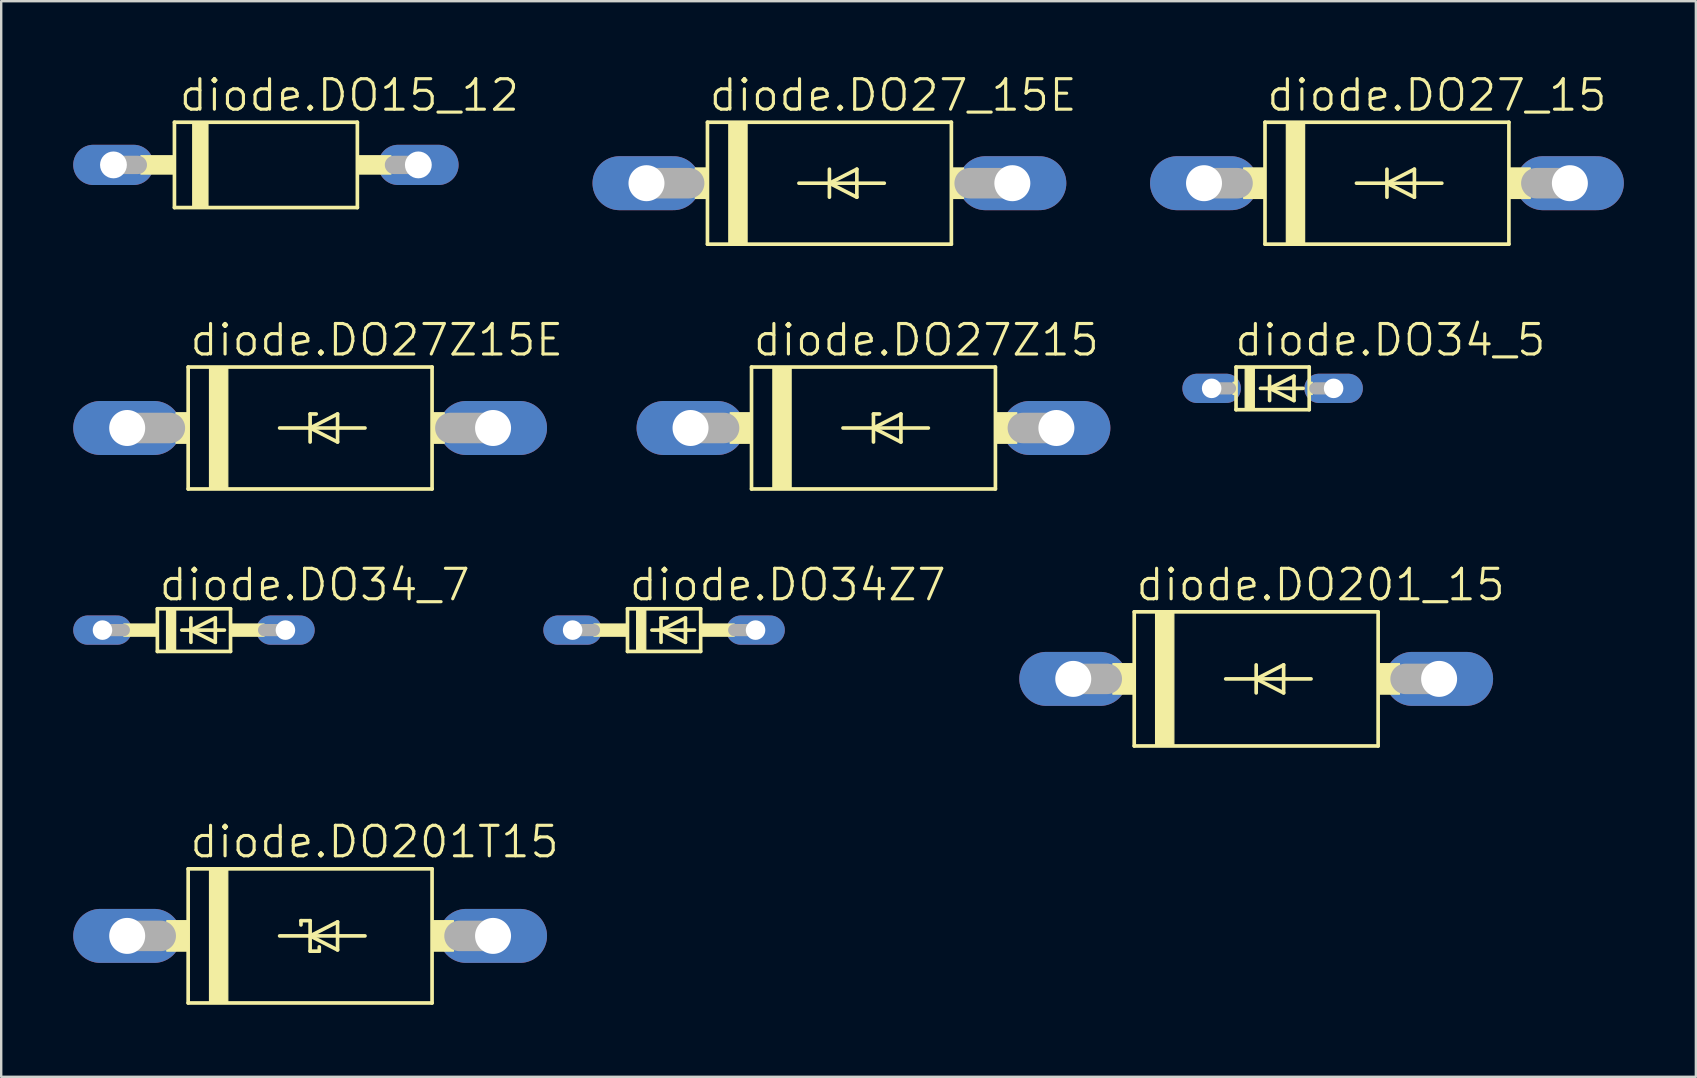
<source format=kicad_pcb>
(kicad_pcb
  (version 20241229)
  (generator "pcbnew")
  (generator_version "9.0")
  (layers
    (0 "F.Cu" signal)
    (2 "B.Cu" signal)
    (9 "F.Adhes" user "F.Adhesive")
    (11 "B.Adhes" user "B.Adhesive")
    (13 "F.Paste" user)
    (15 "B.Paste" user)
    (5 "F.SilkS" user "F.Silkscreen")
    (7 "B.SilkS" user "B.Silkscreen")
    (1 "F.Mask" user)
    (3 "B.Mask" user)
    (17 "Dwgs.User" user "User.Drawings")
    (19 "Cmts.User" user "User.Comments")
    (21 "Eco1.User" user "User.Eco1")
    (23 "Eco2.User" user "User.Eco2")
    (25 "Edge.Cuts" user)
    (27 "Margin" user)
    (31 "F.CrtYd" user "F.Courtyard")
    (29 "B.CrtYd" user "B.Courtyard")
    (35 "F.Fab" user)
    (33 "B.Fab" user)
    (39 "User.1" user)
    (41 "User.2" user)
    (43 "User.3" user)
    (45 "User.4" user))
  (footprint "diode.DO34_7"
    (layer "F.Cu")
    (at 5.029 23.197)
    (property "Reference" "diode.DO34_7" (at -1.524 -1.143 0) (layer "F.SilkS") (effects (font (size 1.27 1.27) (thickness 0.13)) (justify left bottom)))
    (attr through_hole)
    (fp_line (start -1.524 -0.889) (end -1.524 0.889) (stroke (width 0.152) (type default)) (layer "F.SilkS"))
    (fp_line (start -1.524 0.889) (end 1.524 0.889) (stroke (width 0.152) (type default)) (layer "F.SilkS"))
    (fp_line (start -0.508 0) (end -0.127 0) (stroke (width 0.152) (type default)) (layer "F.SilkS"))
    (fp_line (start -0.127 -0.508) (end -0.127 0) (stroke (width 0.152) (type default)) (layer "F.SilkS"))
    (fp_line (start -0.127 0) (end -0.127 0.508) (stroke (width 0.152) (type default)) (layer "F.SilkS"))
    (fp_line (start -0.127 0) (end 0.889 -0.508) (stroke (width 0.152) (type default)) (layer "F.SilkS"))
    (fp_line (start -0.127 0) (end 1.27 0) (stroke (width 0.152) (type default)) (layer "F.SilkS"))
    (fp_line (start 0.889 -0.508) (end 0.889 0.508) (stroke (width 0.152) (type default)) (layer "F.SilkS"))
    (fp_line (start 0.889 0.508) (end -0.127 0) (stroke (width 0.152) (type default)) (layer "F.SilkS"))
    (fp_line (start 1.524 -0.889) (end -1.524 -0.889) (stroke (width 0.152) (type default)) (layer "F.SilkS"))
    (fp_line (start 1.524 0.889) (end 1.524 -0.889) (stroke (width 0.152) (type default)) (layer "F.SilkS"))
    (fp_rect (start -2.921 0.254) (end -1.524 -0.254) (stroke (width 0.05) (type default)) (fill yes) (layer "F.SilkS"))
    (fp_rect (start -1.143 0.889) (end -0.762 -0.889) (stroke (width 0.05) (type default)) (fill yes) (layer "F.SilkS"))
    (fp_rect (start 1.524 0.254) (end 2.921 -0.254) (stroke (width 0.05) (type default)) (fill yes) (layer "F.SilkS"))
    (fp_line (start -3.81 0) (end -2.921 0) (stroke (width 0.508) (type default)) (layer "F.Fab"))
    (fp_line (start 3.81 0) (end 2.921 0) (stroke (width 0.508) (type default)) (layer "F.Fab"))
    (pad "A" thru_hole oval (at 3.81 0) (size 2.438 1.219) (drill 0.813) (layers "*.Cu" "*.Mask"))
    (pad "C" thru_hole oval (at -3.81 0) (size 2.438 1.219) (drill 0.813) (layers "*.Cu" "*.Mask")))
  (footprint "diode.DO34_5"
    (layer "F.Cu")
    (at 49.961 13.127)
    (property "Reference" "diode.DO34_5" (at -1.651 -1.27 0) (layer "F.SilkS") (effects (font (size 1.27 1.27) (thickness 0.13)) (justify left bottom)))
    (attr through_hole)
    (fp_line (start -1.524 -0.889) (end -1.524 0.889) (stroke (width 0.152) (type default)) (layer "F.SilkS"))
    (fp_line (start -1.524 0.889) (end 1.524 0.889) (stroke (width 0.152) (type default)) (layer "F.SilkS"))
    (fp_line (start -0.508 0) (end -0.127 0) (stroke (width 0.152) (type default)) (layer "F.SilkS"))
    (fp_line (start -0.127 -0.508) (end -0.127 0) (stroke (width 0.152) (type default)) (layer "F.SilkS"))
    (fp_line (start -0.127 0) (end -0.127 0.508) (stroke (width 0.152) (type default)) (layer "F.SilkS"))
    (fp_line (start -0.127 0) (end 0.889 -0.508) (stroke (width 0.152) (type default)) (layer "F.SilkS"))
    (fp_line (start -0.127 0) (end 1.27 0) (stroke (width 0.152) (type default)) (layer "F.SilkS"))
    (fp_line (start 0.889 -0.508) (end 0.889 0.508) (stroke (width 0.152) (type default)) (layer "F.SilkS"))
    (fp_line (start 0.889 0.508) (end -0.127 0) (stroke (width 0.152) (type default)) (layer "F.SilkS"))
    (fp_line (start 1.524 -0.889) (end -1.524 -0.889) (stroke (width 0.152) (type default)) (layer "F.SilkS"))
    (fp_line (start 1.524 0.889) (end 1.524 -0.889) (stroke (width 0.152) (type default)) (layer "F.SilkS"))
    (fp_rect (start -1.651 0.254) (end -1.524 -0.254) (stroke (width 0.05) (type default)) (fill yes) (layer "F.SilkS"))
    (fp_rect (start -1.143 0.889) (end -0.762 -0.889) (stroke (width 0.05) (type default)) (fill yes) (layer "F.SilkS"))
    (fp_rect (start 1.524 0.254) (end 1.651 -0.254) (stroke (width 0.05) (type default)) (fill yes) (layer "F.SilkS"))
    (fp_line (start -2.54 0) (end -1.778 0) (stroke (width 0.508) (type default)) (layer "F.Fab"))
    (fp_line (start 2.54 0) (end 1.778 0) (stroke (width 0.508) (type default)) (layer "F.Fab"))
    (pad "A" thru_hole oval (at 2.54 0) (size 2.438 1.219) (drill 0.813) (layers "*.Cu" "*.Mask"))
    (pad "C" thru_hole oval (at -2.54 0) (size 2.438 1.219) (drill 0.813) (layers "*.Cu" "*.Mask")))
  (footprint "diode.DO201_15"
    (layer "F.Cu")
    (at 49.276 25.229)
    (property "Reference" "diode.DO201_15" (at -5.08 -3.175 0) (layer "F.SilkS") (effects (font (size 1.27 1.27) (thickness 0.13)) (justify left bottom)))
    (attr through_hole)
    (fp_line (start -5.08 -2.794) (end 5.08 -2.794) (stroke (width 0.152) (type default)) (layer "F.SilkS"))
    (fp_line (start -5.08 2.794) (end -5.08 -2.794) (stroke (width 0.152) (type default)) (layer "F.SilkS"))
    (fp_line (start -1.27 0) (end 0 0) (stroke (width 0.152) (type default)) (layer "F.SilkS"))
    (fp_line (start 0 -0.584) (end 0 0) (stroke (width 0.152) (type default)) (layer "F.SilkS"))
    (fp_line (start 0 0) (end 0 0.584) (stroke (width 0.152) (type default)) (layer "F.SilkS"))
    (fp_line (start 0 0) (end 1.143 -0.584) (stroke (width 0.152) (type default)) (layer "F.SilkS"))
    (fp_line (start 0 0) (end 2.286 0) (stroke (width 0.152) (type default)) (layer "F.SilkS"))
    (fp_line (start 1.143 -0.584) (end 1.143 0.584) (stroke (width 0.152) (type default)) (layer "F.SilkS"))
    (fp_line (start 1.143 0.584) (end 0 0) (stroke (width 0.152) (type default)) (layer "F.SilkS"))
    (fp_line (start 5.08 -2.794) (end 5.08 2.794) (stroke (width 0.152) (type default)) (layer "F.SilkS"))
    (fp_line (start 5.08 2.794) (end -5.08 2.794) (stroke (width 0.152) (type default)) (layer "F.SilkS"))
    (fp_rect (start -5.969 0.635) (end -5.08 -0.635) (stroke (width 0.05) (type default)) (fill yes) (layer "F.SilkS"))
    (fp_rect (start -4.191 2.794) (end -3.429 -2.794) (stroke (width 0.05) (type default)) (fill yes) (layer "F.SilkS"))
    (fp_rect (start 5.08 0.635) (end 5.969 -0.635) (stroke (width 0.05) (type default)) (fill yes) (layer "F.SilkS"))
    (fp_line (start -7.62 0) (end -6.223 0) (stroke (width 1.27) (type default)) (layer "F.Fab"))
    (fp_line (start 7.62 0) (end 6.223 0) (stroke (width 1.27) (type default)) (layer "F.Fab"))
    (pad "A" thru_hole oval (at 7.62 0) (size 4.496 2.248) (drill 1.499) (layers "*.Cu" "*.Mask"))
    (pad "C" thru_hole oval (at -7.62 0) (size 4.496 2.248) (drill 1.499) (layers "*.Cu" "*.Mask")))
  (footprint "diode.DO27_15"
    (layer "F.Cu")
    (at 54.723 4.581)
    (property "Reference" "diode.DO27_15" (at -5.08 -2.921 0) (layer "F.SilkS") (effects (font (size 1.27 1.27) (thickness 0.13)) (justify left bottom)))
    (attr through_hole)
    (fp_line (start -5.08 -2.54) (end 5.08 -2.54) (stroke (width 0.152) (type default)) (layer "F.SilkS"))
    (fp_line (start -5.08 2.54) (end -5.08 -2.54) (stroke (width 0.152) (type default)) (layer "F.SilkS"))
    (fp_line (start -1.27 0) (end 0 0) (stroke (width 0.152) (type default)) (layer "F.SilkS"))
    (fp_line (start 0 -0.584) (end 0 0) (stroke (width 0.152) (type default)) (layer "F.SilkS"))
    (fp_line (start 0 0) (end 0 0.584) (stroke (width 0.152) (type default)) (layer "F.SilkS"))
    (fp_line (start 0 0) (end 1.143 -0.584) (stroke (width 0.152) (type default)) (layer "F.SilkS"))
    (fp_line (start 0 0) (end 2.286 0) (stroke (width 0.152) (type default)) (layer "F.SilkS"))
    (fp_line (start 1.143 -0.584) (end 1.143 0.584) (stroke (width 0.152) (type default)) (layer "F.SilkS"))
    (fp_line (start 1.143 0.584) (end 0 0) (stroke (width 0.152) (type default)) (layer "F.SilkS"))
    (fp_line (start 5.08 -2.54) (end 5.08 2.54) (stroke (width 0.152) (type default)) (layer "F.SilkS"))
    (fp_line (start 5.08 2.54) (end -5.08 2.54) (stroke (width 0.152) (type default)) (layer "F.SilkS"))
    (fp_rect (start -5.969 0.635) (end -5.08 -0.635) (stroke (width 0.05) (type default)) (fill yes) (layer "F.SilkS"))
    (fp_rect (start -4.191 2.54) (end -3.429 -2.54) (stroke (width 0.05) (type default)) (fill yes) (layer "F.SilkS"))
    (fp_rect (start 5.08 0.635) (end 5.969 -0.635) (stroke (width 0.05) (type default)) (fill yes) (layer "F.SilkS"))
    (fp_line (start -7.62 0) (end -6.223 0) (stroke (width 1.27) (type default)) (layer "F.Fab"))
    (fp_line (start 7.62 0) (end 6.223 0) (stroke (width 1.27) (type default)) (layer "F.Fab"))
    (pad "A" thru_hole oval (at 7.62 0) (size 4.496 2.248) (drill 1.499) (layers "*.Cu" "*.Mask"))
    (pad "C" thru_hole oval (at -7.62 0) (size 4.496 2.248) (drill 1.499) (layers "*.Cu" "*.Mask")))
  (footprint "diode.DO27_15E"
    (layer "F.Cu")
    (at 31.499 4.581)
    (property "Reference" "diode.DO27_15E" (at -5.08 -2.921 0) (layer "F.SilkS") (effects (font (size 1.27 1.27) (thickness 0.13)) (justify left bottom)))
    (attr through_hole)
    (fp_line (start -5.08 -2.54) (end 5.08 -2.54) (stroke (width 0.152) (type default)) (layer "F.SilkS"))
    (fp_line (start -5.08 2.54) (end -5.08 -2.54) (stroke (width 0.152) (type default)) (layer "F.SilkS"))
    (fp_line (start -1.27 0) (end 0 0) (stroke (width 0.152) (type default)) (layer "F.SilkS"))
    (fp_line (start 0 -0.584) (end 0 0) (stroke (width 0.152) (type default)) (layer "F.SilkS"))
    (fp_line (start 0 0) (end 0 0.584) (stroke (width 0.152) (type default)) (layer "F.SilkS"))
    (fp_line (start 0 0) (end 1.143 -0.584) (stroke (width 0.152) (type default)) (layer "F.SilkS"))
    (fp_line (start 0 0) (end 2.286 0) (stroke (width 0.152) (type default)) (layer "F.SilkS"))
    (fp_line (start 1.143 -0.584) (end 1.143 0.584) (stroke (width 0.152) (type default)) (layer "F.SilkS"))
    (fp_line (start 1.143 0.584) (end 0 0) (stroke (width 0.152) (type default)) (layer "F.SilkS"))
    (fp_line (start 5.08 -2.54) (end 5.08 2.54) (stroke (width 0.152) (type default)) (layer "F.SilkS"))
    (fp_line (start 5.08 2.54) (end -5.08 2.54) (stroke (width 0.152) (type default)) (layer "F.SilkS"))
    (fp_rect (start -5.588 0.635) (end -5.08 -0.635) (stroke (width 0.05) (type default)) (fill yes) (layer "F.SilkS"))
    (fp_rect (start -4.191 2.54) (end -3.429 -2.54) (stroke (width 0.05) (type default)) (fill yes) (layer "F.SilkS"))
    (fp_rect (start 5.08 0.635) (end 5.588 -0.635) (stroke (width 0.05) (type default)) (fill yes) (layer "F.SilkS"))
    (fp_line (start -7.62 0) (end -5.842 0) (stroke (width 1.27) (type default)) (layer "F.Fab"))
    (fp_line (start 7.62 0) (end 5.842 0) (stroke (width 1.27) (type default)) (layer "F.Fab"))
    (pad "A" thru_hole oval (at 7.62 0) (size 4.496 2.248) (drill 1.499) (layers "*.Cu" "*.Mask"))
    (pad "C" thru_hole oval (at -7.62 0) (size 4.496 2.248) (drill 1.499) (layers "*.Cu" "*.Mask")))
  (footprint "diode.DO201T15"
    (layer "F.Cu")
    (at 9.868 35.935)
    (property "Reference" "diode.DO201T15" (at -5.08 -3.175 0) (layer "F.SilkS") (effects (font (size 1.27 1.27) (thickness 0.13)) (justify left bottom)))
    (attr through_hole)
    (fp_line (start -5.08 -2.794) (end 5.08 -2.794) (stroke (width 0.152) (type default)) (layer "F.SilkS"))
    (fp_line (start -5.08 2.794) (end -5.08 -2.794) (stroke (width 0.152) (type default)) (layer "F.SilkS"))
    (fp_line (start -1.27 0) (end 0 0) (stroke (width 0.152) (type default)) (layer "F.SilkS"))
    (fp_line (start -0.381 -0.635) (end 0 -0.635) (stroke (width 0.152) (type default)) (layer "F.SilkS"))
    (fp_line (start -0.381 -0.457) (end -0.381 -0.635) (stroke (width 0.152) (type default)) (layer "F.SilkS"))
    (fp_line (start 0 -0.635) (end 0 0) (stroke (width 0.152) (type default)) (layer "F.SilkS"))
    (fp_line (start 0 0) (end 1.143 -0.584) (stroke (width 0.152) (type default)) (layer "F.SilkS"))
    (fp_line (start 0 0) (end 2.286 0) (stroke (width 0.152) (type default)) (layer "F.SilkS"))
    (fp_line (start 0 0.635) (end 0 0) (stroke (width 0.152) (type default)) (layer "F.SilkS"))
    (fp_line (start 0.381 0.457) (end 0.381 0.635) (stroke (width 0.152) (type default)) (layer "F.SilkS"))
    (fp_line (start 0.381 0.635) (end 0 0.635) (stroke (width 0.152) (type default)) (layer "F.SilkS"))
    (fp_line (start 1.143 -0.584) (end 1.143 0.584) (stroke (width 0.152) (type default)) (layer "F.SilkS"))
    (fp_line (start 1.143 0.584) (end 0 0) (stroke (width 0.152) (type default)) (layer "F.SilkS"))
    (fp_line (start 5.08 -2.794) (end 5.08 2.794) (stroke (width 0.152) (type default)) (layer "F.SilkS"))
    (fp_line (start 5.08 2.794) (end -5.08 2.794) (stroke (width 0.152) (type default)) (layer "F.SilkS"))
    (fp_rect (start -5.969 0.635) (end -5.08 -0.635) (stroke (width 0.05) (type default)) (fill yes) (layer "F.SilkS"))
    (fp_rect (start -4.191 2.794) (end -3.429 -2.794) (stroke (width 0.05) (type default)) (fill yes) (layer "F.SilkS"))
    (fp_rect (start 5.08 0.635) (end 5.969 -0.635) (stroke (width 0.05) (type default)) (fill yes) (layer "F.SilkS"))
    (fp_line (start -7.62 0) (end -6.223 0) (stroke (width 1.27) (type default)) (layer "F.Fab"))
    (fp_line (start 7.62 0) (end 6.223 0) (stroke (width 1.27) (type default)) (layer "F.Fab"))
    (pad "A" thru_hole oval (at 7.62 0) (size 4.496 2.248) (drill 1.499) (layers "*.Cu" "*.Mask"))
    (pad "C" thru_hole oval (at -7.62 0) (size 4.496 2.248) (drill 1.499) (layers "*.Cu" "*.Mask")))
  (footprint "diode.DO15_12"
    (layer "F.Cu")
    (at 8.026 3.819)
    (property "Reference" "diode.DO15_12" (at -3.683 -2.159 0) (layer "F.SilkS") (effects (font (size 1.27 1.27) (thickness 0.13)) (justify left bottom)))
    (attr through_hole)
    (fp_line (start -3.81 -1.778) (end -3.81 1.778) (stroke (width 0.152) (type default)) (layer "F.SilkS"))
    (fp_line (start -3.81 1.778) (end 3.81 1.778) (stroke (width 0.152) (type default)) (layer "F.SilkS"))
    (fp_line (start 3.81 -1.778) (end -3.81 -1.778) (stroke (width 0.152) (type default)) (layer "F.SilkS"))
    (fp_line (start 3.81 1.778) (end 3.81 -1.778) (stroke (width 0.152) (type default)) (layer "F.SilkS"))
    (fp_rect (start -5.207 0.381) (end -3.81 -0.381) (stroke (width 0.05) (type default)) (fill yes) (layer "F.SilkS"))
    (fp_rect (start -3.048 1.778) (end -2.413 -1.778) (stroke (width 0.05) (type default)) (fill yes) (layer "F.SilkS"))
    (fp_rect (start 3.81 0.381) (end 5.207 -0.381) (stroke (width 0.05) (type default)) (fill yes) (layer "F.SilkS"))
    (fp_line (start -6.35 0) (end -5.334 0) (stroke (width 0.762) (type default)) (layer "F.Fab"))
    (fp_line (start 6.35 0) (end 5.334 0) (stroke (width 0.762) (type default)) (layer "F.Fab"))
    (pad "A" thru_hole oval (at 6.35 0) (size 3.353 1.676) (drill 1.118) (layers "*.Cu" "*.Mask"))
    (pad "C" thru_hole oval (at -6.35 0) (size 3.353 1.676) (drill 1.118) (layers "*.Cu" "*.Mask")))
  (footprint "diode.DO27Z15"
    (layer "F.Cu")
    (at 33.334 14.778)
    (property "Reference" "diode.DO27Z15" (at -5.08 -2.921 0) (layer "F.SilkS") (effects (font (size 1.27 1.27) (thickness 0.13)) (justify left bottom)))
    (attr through_hole)
    (fp_line (start -5.08 -2.54) (end 5.08 -2.54) (stroke (width 0.152) (type default)) (layer "F.SilkS"))
    (fp_line (start -5.08 2.54) (end -5.08 -2.54) (stroke (width 0.152) (type default)) (layer "F.SilkS"))
    (fp_line (start -1.27 0) (end 0 0) (stroke (width 0.152) (type default)) (layer "F.SilkS"))
    (fp_line (start 0 -0.584) (end 0 0) (stroke (width 0.152) (type default)) (layer "F.SilkS"))
    (fp_line (start 0 -0.584) (end 0.254 -0.584) (stroke (width 0.152) (type default)) (layer "F.SilkS"))
    (fp_line (start 0 0) (end 0 0.584) (stroke (width 0.152) (type default)) (layer "F.SilkS"))
    (fp_line (start 0 0) (end 1.143 -0.584) (stroke (width 0.152) (type default)) (layer "F.SilkS"))
    (fp_line (start 0 0) (end 2.286 0) (stroke (width 0.152) (type default)) (layer "F.SilkS"))
    (fp_line (start 1.143 -0.584) (end 1.143 0.584) (stroke (width 0.152) (type default)) (layer "F.SilkS"))
    (fp_line (start 1.143 0.584) (end 0 0) (stroke (width 0.152) (type default)) (layer "F.SilkS"))
    (fp_line (start 5.08 -2.54) (end 5.08 2.54) (stroke (width 0.152) (type default)) (layer "F.SilkS"))
    (fp_line (start 5.08 2.54) (end -5.08 2.54) (stroke (width 0.152) (type default)) (layer "F.SilkS"))
    (fp_rect (start -5.969 0.635) (end -5.08 -0.635) (stroke (width 0.05) (type default)) (fill yes) (layer "F.SilkS"))
    (fp_rect (start -4.191 2.54) (end -3.429 -2.54) (stroke (width 0.05) (type default)) (fill yes) (layer "F.SilkS"))
    (fp_rect (start 5.08 0.635) (end 5.969 -0.635) (stroke (width 0.05) (type default)) (fill yes) (layer "F.SilkS"))
    (fp_line (start -7.62 0) (end -6.223 0) (stroke (width 1.27) (type default)) (layer "F.Fab"))
    (fp_line (start 7.62 0) (end 6.223 0) (stroke (width 1.27) (type default)) (layer "F.Fab"))
    (pad "A" thru_hole oval (at 7.62 0) (size 4.496 2.248) (drill 1.499) (layers "*.Cu" "*.Mask"))
    (pad "C" thru_hole oval (at -7.62 0) (size 4.496 2.248) (drill 1.499) (layers "*.Cu" "*.Mask")))
  (footprint "diode.DO27Z15E"
    (layer "F.Cu")
    (at 9.868 14.778)
    (property "Reference" "diode.DO27Z15E" (at -5.08 -2.921 0) (layer "F.SilkS") (effects (font (size 1.27 1.27) (thickness 0.13)) (justify left bottom)))
    (attr through_hole)
    (fp_line (start -5.08 -2.54) (end 5.08 -2.54) (stroke (width 0.152) (type default)) (layer "F.SilkS"))
    (fp_line (start -5.08 2.54) (end -5.08 -2.54) (stroke (width 0.152) (type default)) (layer "F.SilkS"))
    (fp_line (start -1.27 0) (end 0 0) (stroke (width 0.152) (type default)) (layer "F.SilkS"))
    (fp_line (start 0 -0.584) (end 0 0) (stroke (width 0.152) (type default)) (layer "F.SilkS"))
    (fp_line (start 0 -0.584) (end 0.254 -0.584) (stroke (width 0.152) (type default)) (layer "F.SilkS"))
    (fp_line (start 0 0) (end 0 0.584) (stroke (width 0.152) (type default)) (layer "F.SilkS"))
    (fp_line (start 0 0) (end 1.143 -0.584) (stroke (width 0.152) (type default)) (layer "F.SilkS"))
    (fp_line (start 0 0) (end 2.286 0) (stroke (width 0.152) (type default)) (layer "F.SilkS"))
    (fp_line (start 1.143 -0.584) (end 1.143 0.584) (stroke (width 0.152) (type default)) (layer "F.SilkS"))
    (fp_line (start 1.143 0.584) (end 0 0) (stroke (width 0.152) (type default)) (layer "F.SilkS"))
    (fp_line (start 5.08 -2.54) (end 5.08 2.54) (stroke (width 0.152) (type default)) (layer "F.SilkS"))
    (fp_line (start 5.08 2.54) (end -5.08 2.54) (stroke (width 0.152) (type default)) (layer "F.SilkS"))
    (fp_rect (start -5.588 0.635) (end -5.08 -0.635) (stroke (width 0.05) (type default)) (fill yes) (layer "F.SilkS"))
    (fp_rect (start -4.191 2.54) (end -3.429 -2.54) (stroke (width 0.05) (type default)) (fill yes) (layer "F.SilkS"))
    (fp_rect (start 5.08 0.635) (end 5.588 -0.635) (stroke (width 0.05) (type default)) (fill yes) (layer "F.SilkS"))
    (fp_line (start -7.62 0) (end -5.842 0) (stroke (width 1.27) (type default)) (layer "F.Fab"))
    (fp_line (start 7.62 0) (end 5.842 0) (stroke (width 1.27) (type default)) (layer "F.Fab"))
    (pad "A" thru_hole oval (at 7.62 0) (size 4.496 2.248) (drill 1.499) (layers "*.Cu" "*.Mask"))
    (pad "C" thru_hole oval (at -7.62 0) (size 4.496 2.248) (drill 1.499) (layers "*.Cu" "*.Mask")))
  (footprint "diode.DO34Z7"
    (layer "F.Cu")
    (at 24.612 23.197)
    (property "Reference" "diode.DO34Z7" (at -1.524 -1.143 0) (layer "F.SilkS") (effects (font (size 1.27 1.27) (thickness 0.13)) (justify left bottom)))
    (attr through_hole)
    (fp_line (start -1.524 -0.889) (end -1.524 0.889) (stroke (width 0.152) (type default)) (layer "F.SilkS"))
    (fp_line (start -1.524 0.889) (end 1.524 0.889) (stroke (width 0.152) (type default)) (layer "F.SilkS"))
    (fp_line (start -0.508 0) (end -0.127 0) (stroke (width 0.152) (type default)) (layer "F.SilkS"))
    (fp_line (start -0.127 -0.508) (end -0.127 0) (stroke (width 0.152) (type default)) (layer "F.SilkS"))
    (fp_line (start -0.127 0) (end -0.127 0.508) (stroke (width 0.152) (type default)) (layer "F.SilkS"))
    (fp_line (start -0.127 0) (end 0.889 -0.508) (stroke (width 0.152) (type default)) (layer "F.SilkS"))
    (fp_line (start -0.127 0) (end 1.27 0) (stroke (width 0.152) (type default)) (layer "F.SilkS"))
    (fp_line (start 0.127 -0.508) (end -0.127 -0.508) (stroke (width 0.152) (type default)) (layer "F.SilkS"))
    (fp_line (start 0.889 -0.508) (end 0.889 0.508) (stroke (width 0.152) (type default)) (layer "F.SilkS"))
    (fp_line (start 0.889 0.508) (end -0.127 0) (stroke (width 0.152) (type default)) (layer "F.SilkS"))
    (fp_line (start 1.524 -0.889) (end -1.524 -0.889) (stroke (width 0.152) (type default)) (layer "F.SilkS"))
    (fp_line (start 1.524 0.889) (end 1.524 -0.889) (stroke (width 0.152) (type default)) (layer "F.SilkS"))
    (fp_rect (start -2.921 0.254) (end -1.524 -0.254) (stroke (width 0.05) (type default)) (fill yes) (layer "F.SilkS"))
    (fp_rect (start -1.143 0.889) (end -0.762 -0.889) (stroke (width 0.05) (type default)) (fill yes) (layer "F.SilkS"))
    (fp_rect (start 1.524 0.254) (end 2.921 -0.254) (stroke (width 0.05) (type default)) (fill yes) (layer "F.SilkS"))
    (fp_line (start -3.81 0) (end -2.921 0) (stroke (width 0.508) (type default)) (layer "F.Fab"))
    (fp_line (start 3.81 0) (end 2.921 0) (stroke (width 0.508) (type default)) (layer "F.Fab"))
    (pad "A" thru_hole oval (at 3.81 0) (size 2.438 1.219) (drill 0.813) (layers "*.Cu" "*.Mask"))
    (pad "C" thru_hole oval (at -3.81 0) (size 2.438 1.219) (drill 0.813) (layers "*.Cu" "*.Mask")))
  (gr_rect
    (start -3 -3)
    (end 67.591 41.805)
    (stroke (width 0.1) (type default))
    (fill no)
    (layer "Edge.Cuts")))
</source>
